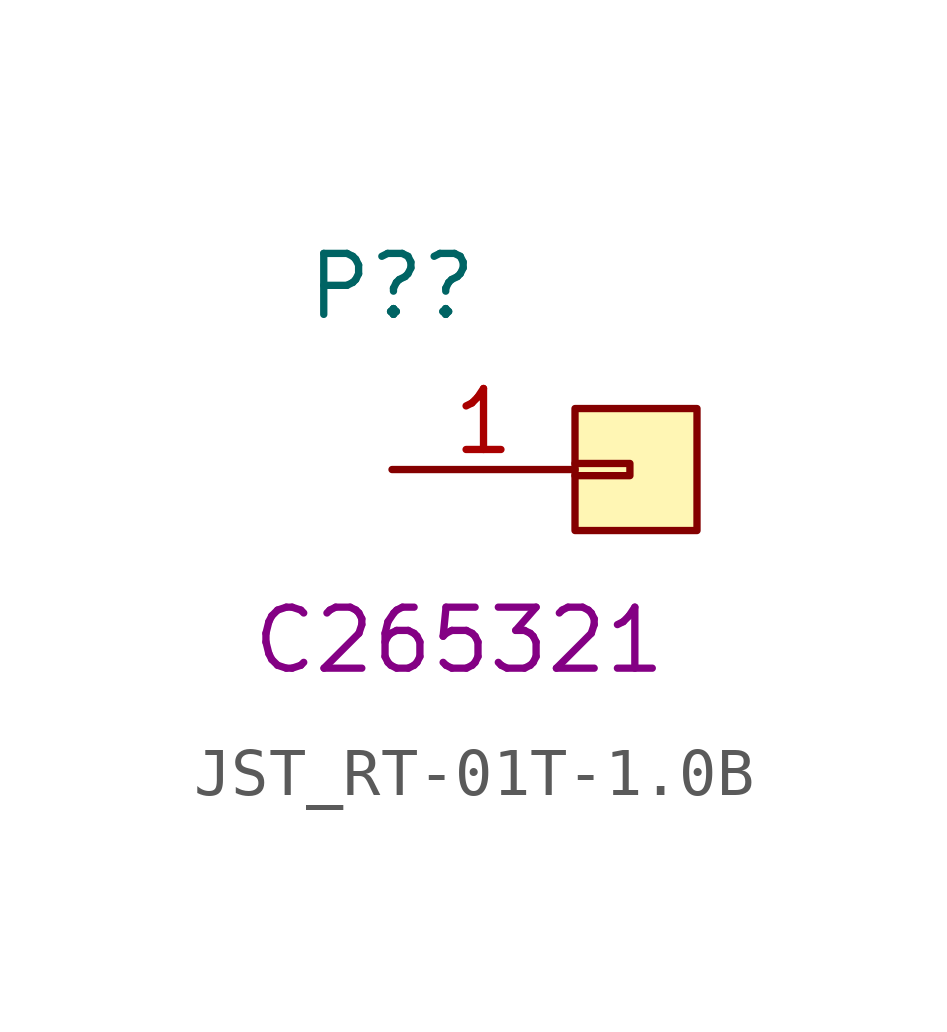
<source format=kicad_sym>
(kicad_symbol_lib
  (version 20220914)
  (generator kicad_symbol_editor)
  (symbol "JST_RT-01T-1.0B"
    (property "Reference" "P?"
      (at 0 3.81 0)
      (effects (font (size 1.27 1.27))))
    (property "Value" ""
      (at 0 0 0)
      (effects (font (size 1.27 1.27))))
    (property "LCSC" "C265321"
      (at 1.397 -3.556 0)
      (effects (font (size 1.27 1.27))))
    (symbol "JST_RT-01T-1.0B_1_1"
      (polyline (pts (xy 3.81 0.127) (xy 4.953 0.127) (xy 4.953 -0.127) (xy 3.81 -0.127)) (stroke (width 0) (type default)) (fill (type none)))
      (rectangle (start 3.81 1.27) (end 6.35 -1.27) (stroke (width 0) (type default)) (fill (type color) (color 255 246 180 1)))
      (pin input line (at 0 0 0) (length 3.81) (name "" (effects (font (size 1.27 1.27)))) (number "1" (effects (font (size 1.27 1.27))))))))
</source>
